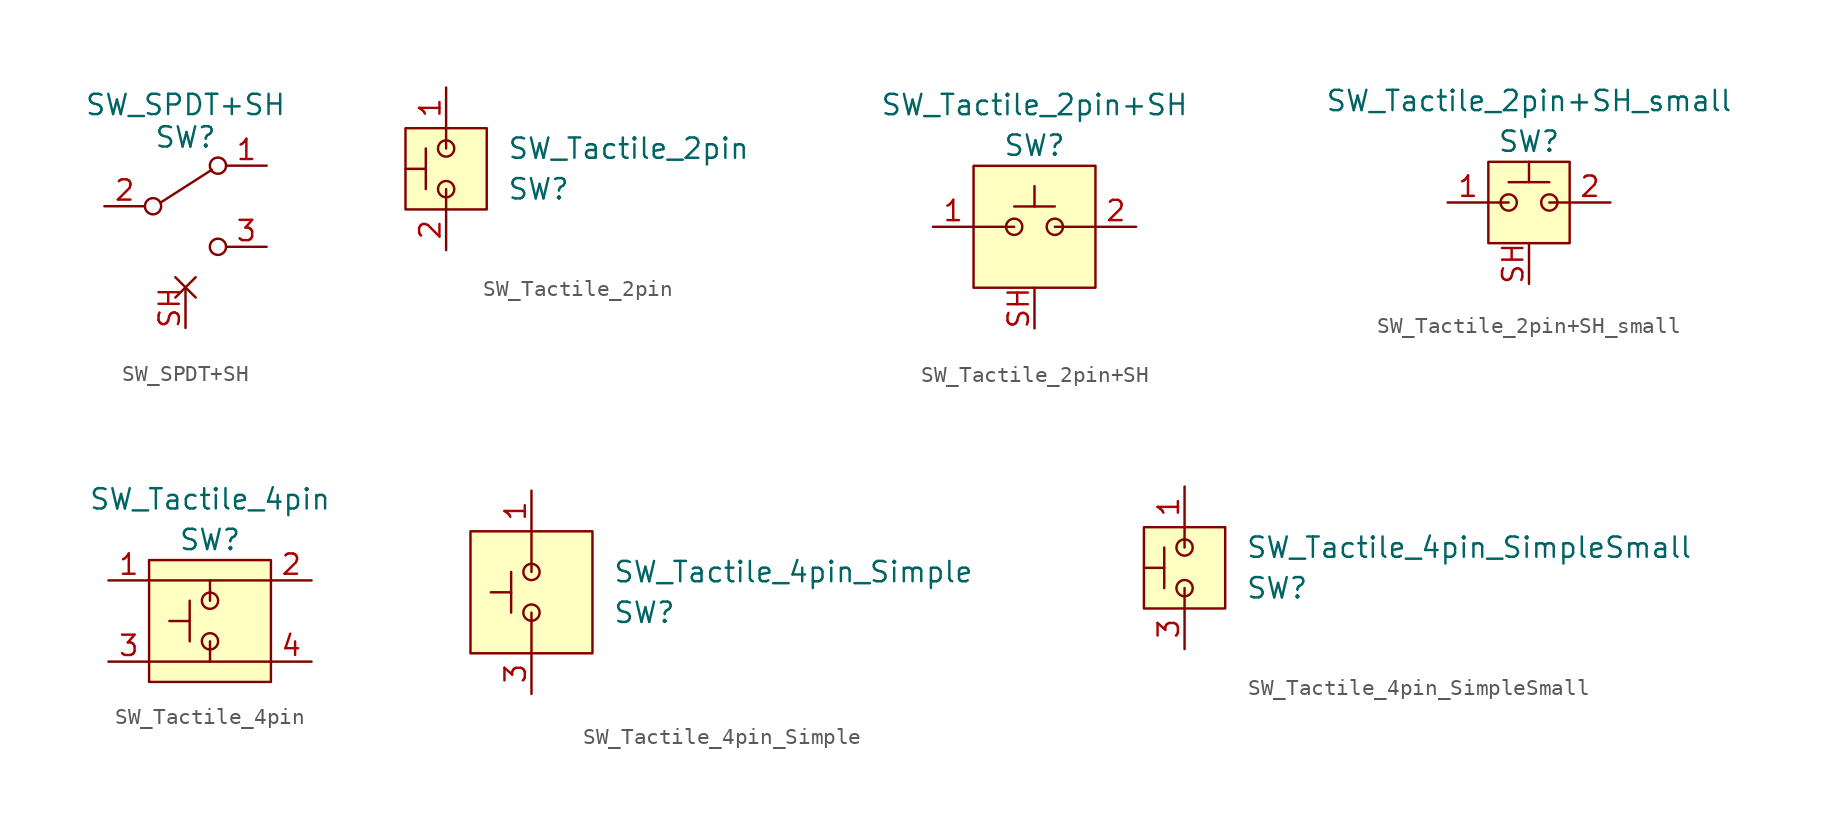
<source format=kicad_sym>
(kicad_symbol_lib
  (version 20211014)
  (generator kicad_symbol_editor)
  (symbol "SW_SPDT+SH"
    (pin_names
      (offset 0) hide)
    (property "Reference" "SW"
      (at 0 4.318 0)
      (effects (font (size 1.27 1.27))))
    (property "Value" "SW_SPDT+SH"
      (at 0 6.35 0)
      (effects (font (size 1.27 1.27))))
    (symbol "SW_SPDT+SH_0_0"
      (circle (center -2.032 0) (radius 0.508) (stroke (width 0) (type default) (color 0 0 0 0)) (fill (type none)))
      (circle (center 2.032 -2.54) (radius 0.508) (stroke (width 0) (type default) (color 0 0 0 0)) (fill (type none))))
    (symbol "SW_SPDT+SH_0_1"
      (polyline (pts (xy -1.524 0.254) (xy 1.651 2.286)) (stroke (width 0) (type default) (color 0 0 0 0)) (fill (type none)))
      (circle (center 2.032 2.54) (radius 0.508) (stroke (width 0) (type default) (color 0 0 0 0)) (fill (type none))))
    (symbol "SW_SPDT+SH_1_1"
      (pin passive line (at 5.08 2.54 180) (length 2.54) (name "A" (effects (font (size 1.27 1.27)))) (number "1" (effects (font (size 1.27 1.27)))))
      (pin passive line (at -5.08 0 0) (length 2.54) (name "B" (effects (font (size 1.27 1.27)))) (number "2" (effects (font (size 1.27 1.27)))))
      (pin passive line (at 5.08 -2.54 180) (length 2.54) (name "C" (effects (font (size 1.27 1.27)))) (number "3" (effects (font (size 1.27 1.27)))))
      (pin passive non_logic (at 0 -7.62 90) (length 2.54) (name "SH" (effects (font (size 1.27 1.27)))) (number "SH" (effects (font (size 1.27 1.27)))))))
  (symbol "SW_Tactile_2pin"
    (pin_names
      (offset 1.016))
    (property "Reference" "SW"
      (at 3.81 -1.27 0)
      (effects (font (size 1.27 1.27)) (justify left)))
    (property "Value" "SW_Tactile_2pin"
      (at 3.81 1.27 0)
      (effects (font (size 1.27 1.27)) (justify left)))
    (symbol "SW_Tactile_2pin_0_1"
      (rectangle (start -2.54 2.54) (end 2.54 -2.54) (stroke (width 0) (type default) (color 0 0 0 0)) (fill (type background)))
      (polyline (pts (xy 0 -1.27) (xy 0 -2.54)) (stroke (width 0) (type default) (color 0 0 0 0)) (fill (type none)))
      (polyline (pts (xy 0 1.27) (xy 0 2.54)) (stroke (width 0) (type default) (color 0 0 0 0)) (fill (type none))))
    (symbol "SW_Tactile_2pin_1_1"
      (rectangle (start -1.27 0) (end -2.54 0) (stroke (width 0) (type default) (color 0 0 0 0)) (fill (type none)))
      (rectangle (start -1.27 1.27) (end -1.27 -1.27) (stroke (width 0) (type default) (color 0 0 0 0)) (fill (type none)))
      (circle (center 0 -1.27) (radius 0.508) (stroke (width 0) (type default) (color 0 0 0 0)) (fill (type none)))
      (circle (center 0 1.27) (radius 0.508) (stroke (width 0) (type default) (color 0 0 0 0)) (fill (type none)))
      (pin passive line (at 0 5.08 270) (length 2.54) (name "~" (effects (font (size 1.27 1.27)))) (number "1" (effects (font (size 1.27 1.27)))))
      (pin passive line (at 0 -5.08 90) (length 2.54) (name "~" (effects (font (size 1.27 1.27)))) (number "2" (effects (font (size 1.27 1.27)))))))
  (symbol "SW_Tactile_2pin+SH"
    (pin_names
      (offset 1.016))
    (property "Reference" "SW"
      (at 0 5.08 0)
      (effects (font (size 1.27 1.27))))
    (property "Value" "SW_Tactile_2pin+SH"
      (at 0 7.62 0)
      (effects (font (size 1.27 1.27))))
    (symbol "SW_Tactile_2pin+SH_0_1"
      (rectangle (start -3.81 3.81) (end 3.81 -3.81) (stroke (width 0) (type default) (color 0 0 0 0)) (fill (type background)))
      (polyline (pts (xy -1.27 0) (xy -3.81 0)) (stroke (width 0) (type default) (color 0 0 0 0)) (fill (type none)))
      (polyline (pts (xy 1.27 0) (xy 3.81 0)) (stroke (width 0) (type default) (color 0 0 0 0)) (fill (type none)))
      (rectangle (start 0 1.27) (end 0 2.54) (stroke (width 0) (type default) (color 0 0 0 0)) (fill (type none)))
      (rectangle (start 1.27 1.27) (end -1.27 1.27) (stroke (width 0) (type default) (color 0 0 0 0)) (fill (type none))))
    (symbol "SW_Tactile_2pin+SH_1_1"
      (circle (center -1.27 0) (radius 0.508) (stroke (width 0) (type default) (color 0 0 0 0)) (fill (type none)))
      (circle (center 1.27 0) (radius 0.508) (stroke (width 0) (type default) (color 0 0 0 0)) (fill (type none)))
      (pin passive line (at -6.35 0 0) (length 2.54) (name "~" (effects (font (size 1.27 1.27)))) (number "1" (effects (font (size 1.27 1.27)))))
      (pin passive line (at 6.35 0 180) (length 2.54) (name "~" (effects (font (size 1.27 1.27)))) (number "2" (effects (font (size 1.27 1.27)))))
      (pin passive line (at 0 -6.35 90) (length 2.54) (name "~" (effects (font (size 1.27 1.27)))) (number "SH" (effects (font (size 1.27 1.27)))))))
  (symbol "SW_Tactile_2pin+SH_small"
    (pin_names
      (offset 1.016))
    (property "Reference" "SW"
      (at 0 3.81 0)
      (effects (font (size 1.27 1.27))))
    (property "Value" "SW_Tactile_2pin+SH_small"
      (at 0 6.35 0)
      (effects (font (size 1.27 1.27))))
    (symbol "SW_Tactile_2pin+SH_small_0_1"
      (polyline (pts (xy -1.27 0) (xy -2.54 0)) (stroke (width 0) (type default) (color 0 0 0 0)) (fill (type none)))
      (polyline (pts (xy 1.27 0) (xy 2.54 0)) (stroke (width 0) (type default) (color 0 0 0 0)) (fill (type none)))
      (rectangle (start 0 1.27) (end 0 2.54) (stroke (width 0) (type default) (color 0 0 0 0)) (fill (type none)))
      (rectangle (start 1.27 1.27) (end -1.27 1.27) (stroke (width 0) (type default) (color 0 0 0 0)) (fill (type none)))
      (rectangle (start 2.54 -2.54) (end -2.54 2.54) (stroke (width 0) (type default) (color 0 0 0 0)) (fill (type background))))
    (symbol "SW_Tactile_2pin+SH_small_1_1"
      (circle (center -1.27 0) (radius 0.508) (stroke (width 0) (type default) (color 0 0 0 0)) (fill (type none)))
      (circle (center 1.27 0) (radius 0.508) (stroke (width 0) (type default) (color 0 0 0 0)) (fill (type none)))
      (pin passive line (at -5.08 0 0) (length 2.54) (name "~" (effects (font (size 1.27 1.27)))) (number "1" (effects (font (size 1.27 1.27)))))
      (pin passive line (at 5.08 0 180) (length 2.54) (name "~" (effects (font (size 1.27 1.27)))) (number "2" (effects (font (size 1.27 1.27)))))
      (pin passive line (at 0 -5.08 90) (length 2.54) (name "~" (effects (font (size 1.27 1.27)))) (number "SH" (effects (font (size 1.27 1.27)))))))
  (symbol "SW_Tactile_4pin"
    (pin_names
      (offset 1.016))
    (property "Reference" "SW"
      (at 0 2.54 0)
      (effects (font (size 1.27 1.27))))
    (property "Value" "SW_Tactile_4pin"
      (at 0 5.08 0)
      (effects (font (size 1.27 1.27))))
    (symbol "SW_Tactile_4pin_0_1"
      (rectangle (start -3.81 1.27) (end 3.81 -6.35) (stroke (width 0) (type default) (color 0 0 0 0)) (fill (type background)))
      (rectangle (start -1.27 -2.54) (end -2.54 -2.54) (stroke (width 0) (type default) (color 0 0 0 0)) (fill (type none)))
      (rectangle (start -1.27 -1.27) (end -1.27 -3.81) (stroke (width 0) (type default) (color 0 0 0 0)) (fill (type none)))
      (rectangle (start 0 -5.08) (end 0 -3.81) (stroke (width 0) (type default) (color 0 0 0 0)) (fill (type none)))
      (rectangle (start 0 -1.27) (end 0 0) (stroke (width 0) (type default) (color 0 0 0 0)) (fill (type none)))
      (polyline (pts (xy -3.81 0) (xy 3.81 0)) (stroke (width 0) (type default) (color 0 0 0 0)) (fill (type none)))
      (polyline (pts (xy 3.81 -5.08) (xy -3.81 -5.08)) (stroke (width 0) (type default) (color 0 0 0 0)) (fill (type none))))
    (symbol "SW_Tactile_4pin_1_1"
      (circle (center 0 -3.81) (radius 0.508) (stroke (width 0) (type default) (color 0 0 0 0)) (fill (type none)))
      (circle (center 0 -1.27) (radius 0.508) (stroke (width 0) (type default) (color 0 0 0 0)) (fill (type none)))
      (pin passive line (at -6.35 0 0) (length 2.54) (name "~" (effects (font (size 1.27 1.27)))) (number "1" (effects (font (size 1.27 1.27)))))
      (pin passive line (at 6.35 0 180) (length 2.54) (name "~" (effects (font (size 1.27 1.27)))) (number "2" (effects (font (size 1.27 1.27)))))
      (pin passive line (at -6.35 -5.08 0) (length 2.54) (name "~" (effects (font (size 1.27 1.27)))) (number "3" (effects (font (size 1.27 1.27)))))
      (pin passive line (at 6.35 -5.08 180) (length 2.54) (name "~" (effects (font (size 1.27 1.27)))) (number "4" (effects (font (size 1.27 1.27)))))))
  (symbol "SW_Tactile_4pin_Simple"
    (pin_names
      (offset 1.016))
    (property "Reference" "SW"
      (at 5.08 -1.27 0)
      (effects (font (size 1.27 1.27)) (justify left)))
    (property "Value" "SW_Tactile_4pin_Simple"
      (at 5.08 1.27 0)
      (effects (font (size 1.27 1.27)) (justify left)))
    (symbol "SW_Tactile_4pin_Simple_0_1"
      (polyline (pts (xy 0 -1.27) (xy 0 -3.81)) (stroke (width 0) (type default) (color 0 0 0 0)) (fill (type none)))
      (polyline (pts (xy 0 1.27) (xy 0 3.81)) (stroke (width 0) (type default) (color 0 0 0 0)) (fill (type none))))
    (symbol "SW_Tactile_4pin_Simple_1_1"
      (rectangle (start -3.81 3.81) (end 3.81 -3.81) (stroke (width 0) (type default) (color 0 0 0 0)) (fill (type background)))
      (rectangle (start -1.27 0) (end -2.54 0) (stroke (width 0) (type default) (color 0 0 0 0)) (fill (type none)))
      (rectangle (start -1.27 1.27) (end -1.27 -1.27) (stroke (width 0) (type default) (color 0 0 0 0)) (fill (type none)))
      (circle (center 0 -1.27) (radius 0.508) (stroke (width 0) (type default) (color 0 0 0 0)) (fill (type none)))
      (circle (center 0 1.27) (radius 0.508) (stroke (width 0) (type default) (color 0 0 0 0)) (fill (type none)))
      (pin passive line (at 0 6.35 270) (length 2.54) (name "~" (effects (font (size 1.27 1.27)))) (number "1" (effects (font (size 1.27 1.27)))))
      (pin passive line (at 0 6.35 270) (length 2.54) hide (name "~" (effects (font (size 1.27 1.27)))) (number "2" (effects (font (size 1.27 1.27)))))
      (pin passive line (at 0 -6.35 90) (length 2.54) (name "~" (effects (font (size 1.27 1.27)))) (number "3" (effects (font (size 1.27 1.27)))))
      (pin passive line (at 0 -6.35 90) (length 2.54) hide (name "~" (effects (font (size 1.27 1.27)))) (number "4" (effects (font (size 1.27 1.27)))))))
  (symbol "SW_Tactile_4pin_SimpleSmall"
    (pin_names
      (offset 1.016))
    (property "Reference" "SW"
      (at 3.81 -1.27 0)
      (effects (font (size 1.27 1.27)) (justify left)))
    (property "Value" "SW_Tactile_4pin_SimpleSmall"
      (at 3.81 1.27 0)
      (effects (font (size 1.27 1.27)) (justify left)))
    (symbol "SW_Tactile_4pin_SimpleSmall_0_1"
      (polyline (pts (xy 0 1.27) (xy 0 2.54)) (stroke (width 0) (type default) (color 0 0 0 0)) (fill (type none)))
      (rectangle (start 2.54 2.54) (end -2.54 -2.54) (stroke (width 0) (type default) (color 0 0 0 0)) (fill (type background))))
    (symbol "SW_Tactile_4pin_SimpleSmall_1_1"
      (rectangle (start -1.27 0) (end -2.54 0) (stroke (width 0) (type default) (color 0 0 0 0)) (fill (type none)))
      (rectangle (start -1.27 1.27) (end -1.27 -1.27) (stroke (width 0) (type default) (color 0 0 0 0)) (fill (type none)))
      (circle (center 0 -1.27) (radius 0.508) (stroke (width 0) (type default) (color 0 0 0 0)) (fill (type none)))
      (polyline (pts (xy 0 -2.54) (xy 0 -1.27)) (stroke (width 0) (type default) (color 0 0 0 0)) (fill (type none)))
      (circle (center 0 1.27) (radius 0.508) (stroke (width 0) (type default) (color 0 0 0 0)) (fill (type none)))
      (pin passive line (at 0 5.08 270) (length 2.54) (name "~" (effects (font (size 1.27 1.27)))) (number "1" (effects (font (size 1.27 1.27)))))
      (pin passive line (at 0 5.08 270) (length 2.54) hide (name "~" (effects (font (size 1.27 1.27)))) (number "2" (effects (font (size 1.27 1.27)))))
      (pin passive line (at 0 -5.08 90) (length 2.54) (name "~" (effects (font (size 1.27 1.27)))) (number "3" (effects (font (size 1.27 1.27)))))
      (pin passive line (at 0 -5.08 90) (length 2.54) hide (name "~" (effects (font (size 1.27 1.27)))) (number "4" (effects (font (size 1.27 1.27))))))))
</source>
